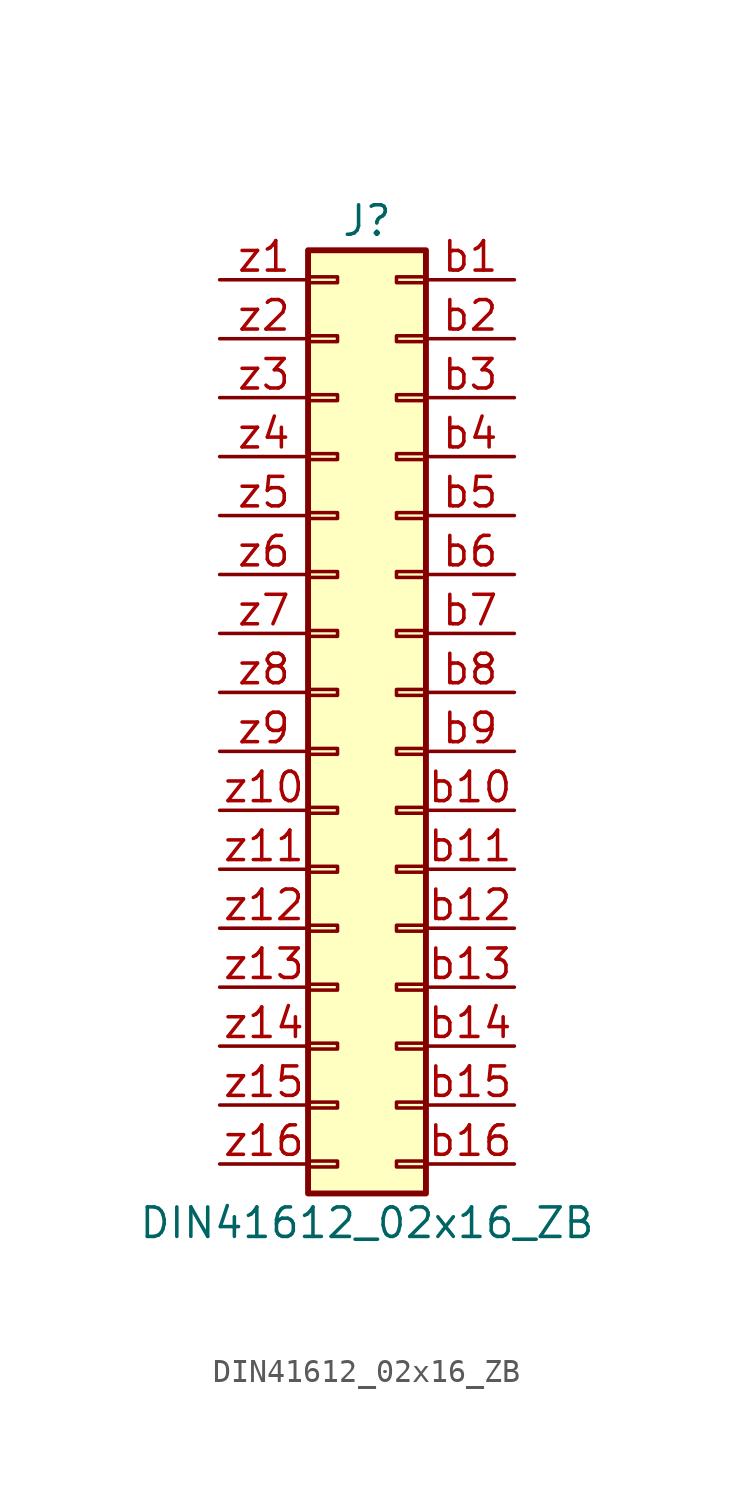
<source format=kicad_sym>
(kicad_symbol_lib
  (version 20211014)
  (generator kicad_symbol_editor)
  (symbol "DIN41612_02x16_ZB"
    (pin_names
      (offset 1.016) hide)
    (property "Reference" "J"
      (at 1.27 20.32 0)
      (effects (font (size 1.27 1.27))))
    (property "Value" "DIN41612_02x16_ZB"
      (at 1.27 -22.86 0)
      (effects (font (size 1.27 1.27))))
    (symbol "DIN41612_02x16_ZB_1_1"
      (rectangle (start -1.27 -20.193) (end 0 -20.447) (stroke (width 0.152) (type default) (color 0 0 0 0)) (fill (type none)))
      (rectangle (start -1.27 -17.653) (end 0 -17.907) (stroke (width 0.152) (type default) (color 0 0 0 0)) (fill (type none)))
      (rectangle (start -1.27 -15.113) (end 0 -15.367) (stroke (width 0.152) (type default) (color 0 0 0 0)) (fill (type none)))
      (rectangle (start -1.27 -12.573) (end 0 -12.827) (stroke (width 0.152) (type default) (color 0 0 0 0)) (fill (type none)))
      (rectangle (start -1.27 -10.033) (end 0 -10.287) (stroke (width 0.152) (type default) (color 0 0 0 0)) (fill (type none)))
      (rectangle (start -1.27 -7.493) (end 0 -7.747) (stroke (width 0.152) (type default) (color 0 0 0 0)) (fill (type none)))
      (rectangle (start -1.27 -4.953) (end 0 -5.207) (stroke (width 0.152) (type default) (color 0 0 0 0)) (fill (type none)))
      (rectangle (start -1.27 -2.413) (end 0 -2.667) (stroke (width 0.152) (type default) (color 0 0 0 0)) (fill (type none)))
      (rectangle (start -1.27 0.127) (end 0 -0.127) (stroke (width 0.152) (type default) (color 0 0 0 0)) (fill (type none)))
      (rectangle (start -1.27 2.667) (end 0 2.413) (stroke (width 0.152) (type default) (color 0 0 0 0)) (fill (type none)))
      (rectangle (start -1.27 5.207) (end 0 4.953) (stroke (width 0.152) (type default) (color 0 0 0 0)) (fill (type none)))
      (rectangle (start -1.27 7.747) (end 0 7.493) (stroke (width 0.152) (type default) (color 0 0 0 0)) (fill (type none)))
      (rectangle (start -1.27 10.287) (end 0 10.033) (stroke (width 0.152) (type default) (color 0 0 0 0)) (fill (type none)))
      (rectangle (start -1.27 12.827) (end 0 12.573) (stroke (width 0.152) (type default) (color 0 0 0 0)) (fill (type none)))
      (rectangle (start -1.27 15.367) (end 0 15.113) (stroke (width 0.152) (type default) (color 0 0 0 0)) (fill (type none)))
      (rectangle (start -1.27 17.907) (end 0 17.653) (stroke (width 0.152) (type default) (color 0 0 0 0)) (fill (type none)))
      (rectangle (start -1.27 19.05) (end 3.81 -21.59) (stroke (width 0.254) (type default) (color 0 0 0 0)) (fill (type background)))
      (rectangle (start 3.81 -20.193) (end 2.54 -20.447) (stroke (width 0.152) (type default) (color 0 0 0 0)) (fill (type none)))
      (rectangle (start 3.81 -17.653) (end 2.54 -17.907) (stroke (width 0.152) (type default) (color 0 0 0 0)) (fill (type none)))
      (rectangle (start 3.81 -15.113) (end 2.54 -15.367) (stroke (width 0.152) (type default) (color 0 0 0 0)) (fill (type none)))
      (rectangle (start 3.81 -12.573) (end 2.54 -12.827) (stroke (width 0.152) (type default) (color 0 0 0 0)) (fill (type none)))
      (rectangle (start 3.81 -10.033) (end 2.54 -10.287) (stroke (width 0.152) (type default) (color 0 0 0 0)) (fill (type none)))
      (rectangle (start 3.81 -7.493) (end 2.54 -7.747) (stroke (width 0.152) (type default) (color 0 0 0 0)) (fill (type none)))
      (rectangle (start 3.81 -4.953) (end 2.54 -5.207) (stroke (width 0.152) (type default) (color 0 0 0 0)) (fill (type none)))
      (rectangle (start 3.81 -2.413) (end 2.54 -2.667) (stroke (width 0.152) (type default) (color 0 0 0 0)) (fill (type none)))
      (rectangle (start 3.81 0.127) (end 2.54 -0.127) (stroke (width 0.152) (type default) (color 0 0 0 0)) (fill (type none)))
      (rectangle (start 3.81 2.667) (end 2.54 2.413) (stroke (width 0.152) (type default) (color 0 0 0 0)) (fill (type none)))
      (rectangle (start 3.81 5.207) (end 2.54 4.953) (stroke (width 0.152) (type default) (color 0 0 0 0)) (fill (type none)))
      (rectangle (start 3.81 7.747) (end 2.54 7.493) (stroke (width 0.152) (type default) (color 0 0 0 0)) (fill (type none)))
      (rectangle (start 3.81 10.287) (end 2.54 10.033) (stroke (width 0.152) (type default) (color 0 0 0 0)) (fill (type none)))
      (rectangle (start 3.81 12.827) (end 2.54 12.573) (stroke (width 0.152) (type default) (color 0 0 0 0)) (fill (type none)))
      (rectangle (start 3.81 15.367) (end 2.54 15.113) (stroke (width 0.152) (type default) (color 0 0 0 0)) (fill (type none)))
      (rectangle (start 3.81 17.907) (end 2.54 17.653) (stroke (width 0.152) (type default) (color 0 0 0 0)) (fill (type none)))
      (pin passive line (at 7.62 17.78 180) (length 3.81) (name "Pin_b1" (effects (font (size 1.27 1.27)))) (number "b1" (effects (font (size 1.27 1.27)))))
      (pin passive line (at 7.62 -5.08 180) (length 3.81) (name "Pin_b10" (effects (font (size 1.27 1.27)))) (number "b10" (effects (font (size 1.27 1.27)))))
      (pin passive line (at 7.62 -7.62 180) (length 3.81) (name "Pin_b11" (effects (font (size 1.27 1.27)))) (number "b11" (effects (font (size 1.27 1.27)))))
      (pin passive line (at 7.62 -10.16 180) (length 3.81) (name "Pin_b12" (effects (font (size 1.27 1.27)))) (number "b12" (effects (font (size 1.27 1.27)))))
      (pin passive line (at 7.62 -12.7 180) (length 3.81) (name "Pin_b13" (effects (font (size 1.27 1.27)))) (number "b13" (effects (font (size 1.27 1.27)))))
      (pin passive line (at 7.62 -15.24 180) (length 3.81) (name "Pin_b14" (effects (font (size 1.27 1.27)))) (number "b14" (effects (font (size 1.27 1.27)))))
      (pin passive line (at 7.62 -17.78 180) (length 3.81) (name "Pin_b15" (effects (font (size 1.27 1.27)))) (number "b15" (effects (font (size 1.27 1.27)))))
      (pin passive line (at 7.62 -20.32 180) (length 3.81) (name "Pin_b16" (effects (font (size 1.27 1.27)))) (number "b16" (effects (font (size 1.27 1.27)))))
      (pin passive line (at 7.62 15.24 180) (length 3.81) (name "Pin_b2" (effects (font (size 1.27 1.27)))) (number "b2" (effects (font (size 1.27 1.27)))))
      (pin passive line (at 7.62 12.7 180) (length 3.81) (name "Pin_b3" (effects (font (size 1.27 1.27)))) (number "b3" (effects (font (size 1.27 1.27)))))
      (pin passive line (at 7.62 10.16 180) (length 3.81) (name "Pin_b4" (effects (font (size 1.27 1.27)))) (number "b4" (effects (font (size 1.27 1.27)))))
      (pin passive line (at 7.62 7.62 180) (length 3.81) (name "Pin_b5" (effects (font (size 1.27 1.27)))) (number "b5" (effects (font (size 1.27 1.27)))))
      (pin passive line (at 7.62 5.08 180) (length 3.81) (name "Pin_b6" (effects (font (size 1.27 1.27)))) (number "b6" (effects (font (size 1.27 1.27)))))
      (pin passive line (at 7.62 2.54 180) (length 3.81) (name "Pin_b7" (effects (font (size 1.27 1.27)))) (number "b7" (effects (font (size 1.27 1.27)))))
      (pin passive line (at 7.62 0 180) (length 3.81) (name "Pin_b8" (effects (font (size 1.27 1.27)))) (number "b8" (effects (font (size 1.27 1.27)))))
      (pin passive line (at 7.62 -2.54 180) (length 3.81) (name "Pin_b9" (effects (font (size 1.27 1.27)))) (number "b9" (effects (font (size 1.27 1.27)))))
      (pin passive line (at -5.08 17.78 0) (length 3.81) (name "Pin_z1" (effects (font (size 1.27 1.27)))) (number "z1" (effects (font (size 1.27 1.27)))))
      (pin passive line (at -5.08 -5.08 0) (length 3.81) (name "Pin_z10" (effects (font (size 1.27 1.27)))) (number "z10" (effects (font (size 1.27 1.27)))))
      (pin passive line (at -5.08 -7.62 0) (length 3.81) (name "Pin_z11" (effects (font (size 1.27 1.27)))) (number "z11" (effects (font (size 1.27 1.27)))))
      (pin passive line (at -5.08 -10.16 0) (length 3.81) (name "Pin_z12" (effects (font (size 1.27 1.27)))) (number "z12" (effects (font (size 1.27 1.27)))))
      (pin passive line (at -5.08 -12.7 0) (length 3.81) (name "Pin_z13" (effects (font (size 1.27 1.27)))) (number "z13" (effects (font (size 1.27 1.27)))))
      (pin passive line (at -5.08 -15.24 0) (length 3.81) (name "Pin_z14" (effects (font (size 1.27 1.27)))) (number "z14" (effects (font (size 1.27 1.27)))))
      (pin passive line (at -5.08 -17.78 0) (length 3.81) (name "Pin_z15" (effects (font (size 1.27 1.27)))) (number "z15" (effects (font (size 1.27 1.27)))))
      (pin passive line (at -5.08 -20.32 0) (length 3.81) (name "Pin_z16" (effects (font (size 1.27 1.27)))) (number "z16" (effects (font (size 1.27 1.27)))))
      (pin passive line (at -5.08 15.24 0) (length 3.81) (name "Pin_z2" (effects (font (size 1.27 1.27)))) (number "z2" (effects (font (size 1.27 1.27)))))
      (pin passive line (at -5.08 12.7 0) (length 3.81) (name "Pin_z3" (effects (font (size 1.27 1.27)))) (number "z3" (effects (font (size 1.27 1.27)))))
      (pin passive line (at -5.08 10.16 0) (length 3.81) (name "Pin_z4" (effects (font (size 1.27 1.27)))) (number "z4" (effects (font (size 1.27 1.27)))))
      (pin passive line (at -5.08 7.62 0) (length 3.81) (name "Pin_z5" (effects (font (size 1.27 1.27)))) (number "z5" (effects (font (size 1.27 1.27)))))
      (pin passive line (at -5.08 5.08 0) (length 3.81) (name "Pin_z6" (effects (font (size 1.27 1.27)))) (number "z6" (effects (font (size 1.27 1.27)))))
      (pin passive line (at -5.08 2.54 0) (length 3.81) (name "Pin_z7" (effects (font (size 1.27 1.27)))) (number "z7" (effects (font (size 1.27 1.27)))))
      (pin passive line (at -5.08 0 0) (length 3.81) (name "Pin_z8" (effects (font (size 1.27 1.27)))) (number "z8" (effects (font (size 1.27 1.27)))))
      (pin passive line (at -5.08 -2.54 0) (length 3.81) (name "Pin_z9" (effects (font (size 1.27 1.27)))) (number "z9" (effects (font (size 1.27 1.27))))))))
</source>
